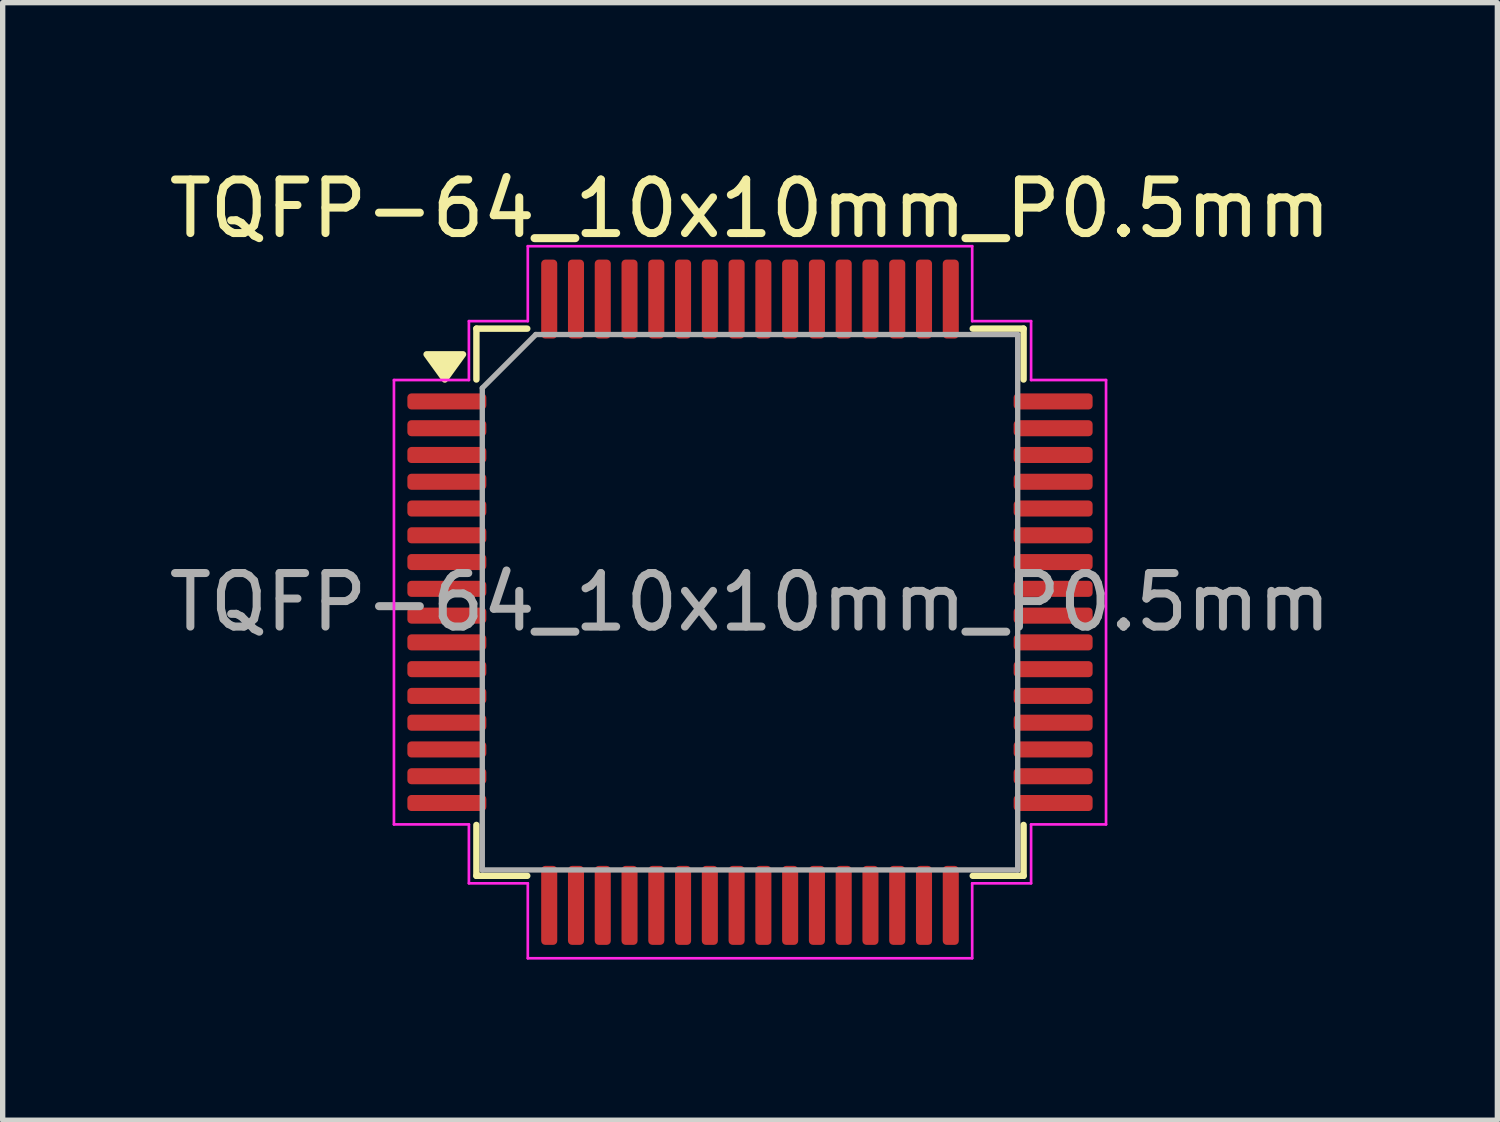
<source format=kicad_pcb>
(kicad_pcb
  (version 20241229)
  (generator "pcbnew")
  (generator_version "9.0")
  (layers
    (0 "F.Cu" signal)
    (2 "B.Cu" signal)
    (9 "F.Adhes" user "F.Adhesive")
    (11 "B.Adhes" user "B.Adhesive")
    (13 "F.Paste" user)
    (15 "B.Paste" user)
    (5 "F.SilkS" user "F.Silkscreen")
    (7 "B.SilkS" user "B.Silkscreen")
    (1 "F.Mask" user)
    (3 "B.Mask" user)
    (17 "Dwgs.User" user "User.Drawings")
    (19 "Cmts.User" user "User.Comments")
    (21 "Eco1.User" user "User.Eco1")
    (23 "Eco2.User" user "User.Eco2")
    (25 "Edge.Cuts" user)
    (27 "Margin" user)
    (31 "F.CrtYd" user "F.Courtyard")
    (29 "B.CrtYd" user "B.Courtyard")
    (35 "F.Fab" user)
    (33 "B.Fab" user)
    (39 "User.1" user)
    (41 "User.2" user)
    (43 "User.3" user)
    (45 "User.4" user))
  (footprint "TQFP-64_10x10mm_P0.5mm"
    (layer "F.Cu")
    (at 10.958 8.198)
    (property "Reference" "TQFP-64_10x10mm_P0.5mm" (at 0 -7.35 0) (layer "F.SilkS") (effects (font (size 1 1) (thickness 0.15))))
    (attr smd)
    (fp_line (start -5.11 -5.11) (end -5.11 -4.16) (stroke (width 0.12) (type solid)) (layer "F.SilkS"))
    (fp_line (start -5.11 5.11) (end -5.11 4.16) (stroke (width 0.12) (type solid)) (layer "F.SilkS"))
    (fp_line (start -4.16 -5.11) (end -5.11 -5.11) (stroke (width 0.12) (type solid)) (layer "F.SilkS"))
    (fp_line (start -4.16 5.11) (end -5.11 5.11) (stroke (width 0.12) (type solid)) (layer "F.SilkS"))
    (fp_line (start 4.16 -5.11) (end 5.11 -5.11) (stroke (width 0.12) (type solid)) (layer "F.SilkS"))
    (fp_line (start 4.16 5.11) (end 5.11 5.11) (stroke (width 0.12) (type solid)) (layer "F.SilkS"))
    (fp_line (start 5.11 -5.11) (end 5.11 -4.16) (stroke (width 0.12) (type solid)) (layer "F.SilkS"))
    (fp_line (start 5.11 5.11) (end 5.11 4.16) (stroke (width 0.12) (type solid)) (layer "F.SilkS"))
    (fp_poly (pts (xy -5.7 -4.16) (xy -6.04 -4.63) (xy -5.36 -4.63)) (stroke (width 0.12) (type solid)) (fill yes) (layer "F.SilkS"))
    (fp_line (start -6.65 -4.15) (end -5.25 -4.15) (stroke (width 0.05) (type solid)) (layer "F.CrtYd"))
    (fp_line (start -6.65 4.15) (end -6.65 -4.15) (stroke (width 0.05) (type solid)) (layer "F.CrtYd"))
    (fp_line (start -5.25 -5.25) (end -4.15 -5.25) (stroke (width 0.05) (type solid)) (layer "F.CrtYd"))
    (fp_line (start -5.25 -4.15) (end -5.25 -5.25) (stroke (width 0.05) (type solid)) (layer "F.CrtYd"))
    (fp_line (start -5.25 4.15) (end -6.65 4.15) (stroke (width 0.05) (type solid)) (layer "F.CrtYd"))
    (fp_line (start -5.25 5.25) (end -5.25 4.15) (stroke (width 0.05) (type solid)) (layer "F.CrtYd"))
    (fp_line (start -4.15 -6.65) (end 4.15 -6.65) (stroke (width 0.05) (type solid)) (layer "F.CrtYd"))
    (fp_line (start -4.15 -5.25) (end -4.15 -6.65) (stroke (width 0.05) (type solid)) (layer "F.CrtYd"))
    (fp_line (start -4.15 5.25) (end -5.25 5.25) (stroke (width 0.05) (type solid)) (layer "F.CrtYd"))
    (fp_line (start -4.15 6.65) (end -4.15 5.25) (stroke (width 0.05) (type solid)) (layer "F.CrtYd"))
    (fp_line (start 4.15 -6.65) (end 4.15 -5.25) (stroke (width 0.05) (type solid)) (layer "F.CrtYd"))
    (fp_line (start 4.15 -5.25) (end 5.25 -5.25) (stroke (width 0.05) (type solid)) (layer "F.CrtYd"))
    (fp_line (start 4.15 5.25) (end 4.15 6.65) (stroke (width 0.05) (type solid)) (layer "F.CrtYd"))
    (fp_line (start 4.15 6.65) (end -4.15 6.65) (stroke (width 0.05) (type solid)) (layer "F.CrtYd"))
    (fp_line (start 5.25 -5.25) (end 5.25 -4.15) (stroke (width 0.05) (type solid)) (layer "F.CrtYd"))
    (fp_line (start 5.25 -4.15) (end 6.65 -4.15) (stroke (width 0.05) (type solid)) (layer "F.CrtYd"))
    (fp_line (start 5.25 4.15) (end 5.25 5.25) (stroke (width 0.05) (type solid)) (layer "F.CrtYd"))
    (fp_line (start 5.25 5.25) (end 4.15 5.25) (stroke (width 0.05) (type solid)) (layer "F.CrtYd"))
    (fp_line (start 6.65 -4.15) (end 6.65 4.15) (stroke (width 0.05) (type solid)) (layer "F.CrtYd"))
    (fp_line (start 6.65 4.15) (end 5.25 4.15) (stroke (width 0.05) (type solid)) (layer "F.CrtYd"))
    (fp_line (start -5 -4) (end -4 -5) (stroke (width 0.1) (type solid)) (layer "F.Fab"))
    (fp_line (start -5 5) (end -5 -4) (stroke (width 0.1) (type solid)) (layer "F.Fab"))
    (fp_line (start -4 -5) (end 5 -5) (stroke (width 0.1) (type solid)) (layer "F.Fab"))
    (fp_line (start 5 -5) (end 5 5) (stroke (width 0.1) (type solid)) (layer "F.Fab"))
    (fp_line (start 5 5) (end -5 5) (stroke (width 0.1) (type solid)) (layer "F.Fab"))
    (fp_text user "${REFERENCE}" (at 0 0 0) (layer "F.Fab") (effects (font (size 1 1) (thickness 0.15))))
    (pad "1" smd roundrect (at -5.662 -3.75) (size 1.475 0.3) (layers "F.Cu" "F.Mask" "F.Paste") (roundrect_rratio 0.25))
    (pad "2" smd roundrect (at -5.662 -3.25) (size 1.475 0.3) (layers "F.Cu" "F.Mask" "F.Paste") (roundrect_rratio 0.25))
    (pad "3" smd roundrect (at -5.662 -2.75) (size 1.475 0.3) (layers "F.Cu" "F.Mask" "F.Paste") (roundrect_rratio 0.25))
    (pad "4" smd roundrect (at -5.662 -2.25) (size 1.475 0.3) (layers "F.Cu" "F.Mask" "F.Paste") (roundrect_rratio 0.25))
    (pad "5" smd roundrect (at -5.662 -1.75) (size 1.475 0.3) (layers "F.Cu" "F.Mask" "F.Paste") (roundrect_rratio 0.25))
    (pad "6" smd roundrect (at -5.662 -1.25) (size 1.475 0.3) (layers "F.Cu" "F.Mask" "F.Paste") (roundrect_rratio 0.25))
    (pad "7" smd roundrect (at -5.662 -0.75) (size 1.475 0.3) (layers "F.Cu" "F.Mask" "F.Paste") (roundrect_rratio 0.25))
    (pad "8" smd roundrect (at -5.662 -0.25) (size 1.475 0.3) (layers "F.Cu" "F.Mask" "F.Paste") (roundrect_rratio 0.25))
    (pad "9" smd roundrect (at -5.662 0.25) (size 1.475 0.3) (layers "F.Cu" "F.Mask" "F.Paste") (roundrect_rratio 0.25))
    (pad "10" smd roundrect (at -5.662 0.75) (size 1.475 0.3) (layers "F.Cu" "F.Mask" "F.Paste") (roundrect_rratio 0.25))
    (pad "11" smd roundrect (at -5.662 1.25) (size 1.475 0.3) (layers "F.Cu" "F.Mask" "F.Paste") (roundrect_rratio 0.25))
    (pad "12" smd roundrect (at -5.662 1.75) (size 1.475 0.3) (layers "F.Cu" "F.Mask" "F.Paste") (roundrect_rratio 0.25))
    (pad "13" smd roundrect (at -5.662 2.25) (size 1.475 0.3) (layers "F.Cu" "F.Mask" "F.Paste") (roundrect_rratio 0.25))
    (pad "14" smd roundrect (at -5.662 2.75) (size 1.475 0.3) (layers "F.Cu" "F.Mask" "F.Paste") (roundrect_rratio 0.25))
    (pad "15" smd roundrect (at -5.662 3.25) (size 1.475 0.3) (layers "F.Cu" "F.Mask" "F.Paste") (roundrect_rratio 0.25))
    (pad "16" smd roundrect (at -5.662 3.75) (size 1.475 0.3) (layers "F.Cu" "F.Mask" "F.Paste") (roundrect_rratio 0.25))
    (pad "17" smd roundrect (at -3.75 5.662) (size 0.3 1.475) (layers "F.Cu" "F.Mask" "F.Paste") (roundrect_rratio 0.25))
    (pad "18" smd roundrect (at -3.25 5.662) (size 0.3 1.475) (layers "F.Cu" "F.Mask" "F.Paste") (roundrect_rratio 0.25))
    (pad "19" smd roundrect (at -2.75 5.662) (size 0.3 1.475) (layers "F.Cu" "F.Mask" "F.Paste") (roundrect_rratio 0.25))
    (pad "20" smd roundrect (at -2.25 5.662) (size 0.3 1.475) (layers "F.Cu" "F.Mask" "F.Paste") (roundrect_rratio 0.25))
    (pad "21" smd roundrect (at -1.75 5.662) (size 0.3 1.475) (layers "F.Cu" "F.Mask" "F.Paste") (roundrect_rratio 0.25))
    (pad "22" smd roundrect (at -1.25 5.662) (size 0.3 1.475) (layers "F.Cu" "F.Mask" "F.Paste") (roundrect_rratio 0.25))
    (pad "23" smd roundrect (at -0.75 5.662) (size 0.3 1.475) (layers "F.Cu" "F.Mask" "F.Paste") (roundrect_rratio 0.25))
    (pad "24" smd roundrect (at -0.25 5.662) (size 0.3 1.475) (layers "F.Cu" "F.Mask" "F.Paste") (roundrect_rratio 0.25))
    (pad "25" smd roundrect (at 0.25 5.662) (size 0.3 1.475) (layers "F.Cu" "F.Mask" "F.Paste") (roundrect_rratio 0.25))
    (pad "26" smd roundrect (at 0.75 5.662) (size 0.3 1.475) (layers "F.Cu" "F.Mask" "F.Paste") (roundrect_rratio 0.25))
    (pad "27" smd roundrect (at 1.25 5.662) (size 0.3 1.475) (layers "F.Cu" "F.Mask" "F.Paste") (roundrect_rratio 0.25))
    (pad "28" smd roundrect (at 1.75 5.662) (size 0.3 1.475) (layers "F.Cu" "F.Mask" "F.Paste") (roundrect_rratio 0.25))
    (pad "29" smd roundrect (at 2.25 5.662) (size 0.3 1.475) (layers "F.Cu" "F.Mask" "F.Paste") (roundrect_rratio 0.25))
    (pad "30" smd roundrect (at 2.75 5.662) (size 0.3 1.475) (layers "F.Cu" "F.Mask" "F.Paste") (roundrect_rratio 0.25))
    (pad "31" smd roundrect (at 3.25 5.662) (size 0.3 1.475) (layers "F.Cu" "F.Mask" "F.Paste") (roundrect_rratio 0.25))
    (pad "32" smd roundrect (at 3.75 5.662) (size 0.3 1.475) (layers "F.Cu" "F.Mask" "F.Paste") (roundrect_rratio 0.25))
    (pad "33" smd roundrect (at 5.662 3.75) (size 1.475 0.3) (layers "F.Cu" "F.Mask" "F.Paste") (roundrect_rratio 0.25))
    (pad "34" smd roundrect (at 5.662 3.25) (size 1.475 0.3) (layers "F.Cu" "F.Mask" "F.Paste") (roundrect_rratio 0.25))
    (pad "35" smd roundrect (at 5.662 2.75) (size 1.475 0.3) (layers "F.Cu" "F.Mask" "F.Paste") (roundrect_rratio 0.25))
    (pad "36" smd roundrect (at 5.662 2.25) (size 1.475 0.3) (layers "F.Cu" "F.Mask" "F.Paste") (roundrect_rratio 0.25))
    (pad "37" smd roundrect (at 5.662 1.75) (size 1.475 0.3) (layers "F.Cu" "F.Mask" "F.Paste") (roundrect_rratio 0.25))
    (pad "38" smd roundrect (at 5.662 1.25) (size 1.475 0.3) (layers "F.Cu" "F.Mask" "F.Paste") (roundrect_rratio 0.25))
    (pad "39" smd roundrect (at 5.662 0.75) (size 1.475 0.3) (layers "F.Cu" "F.Mask" "F.Paste") (roundrect_rratio 0.25))
    (pad "40" smd roundrect (at 5.662 0.25) (size 1.475 0.3) (layers "F.Cu" "F.Mask" "F.Paste") (roundrect_rratio 0.25))
    (pad "41" smd roundrect (at 5.662 -0.25) (size 1.475 0.3) (layers "F.Cu" "F.Mask" "F.Paste") (roundrect_rratio 0.25))
    (pad "42" smd roundrect (at 5.662 -0.75) (size 1.475 0.3) (layers "F.Cu" "F.Mask" "F.Paste") (roundrect_rratio 0.25))
    (pad "43" smd roundrect (at 5.662 -1.25) (size 1.475 0.3) (layers "F.Cu" "F.Mask" "F.Paste") (roundrect_rratio 0.25))
    (pad "44" smd roundrect (at 5.662 -1.75) (size 1.475 0.3) (layers "F.Cu" "F.Mask" "F.Paste") (roundrect_rratio 0.25))
    (pad "45" smd roundrect (at 5.662 -2.25) (size 1.475 0.3) (layers "F.Cu" "F.Mask" "F.Paste") (roundrect_rratio 0.25))
    (pad "46" smd roundrect (at 5.662 -2.75) (size 1.475 0.3) (layers "F.Cu" "F.Mask" "F.Paste") (roundrect_rratio 0.25))
    (pad "47" smd roundrect (at 5.662 -3.25) (size 1.475 0.3) (layers "F.Cu" "F.Mask" "F.Paste") (roundrect_rratio 0.25))
    (pad "48" smd roundrect (at 5.662 -3.75) (size 1.475 0.3) (layers "F.Cu" "F.Mask" "F.Paste") (roundrect_rratio 0.25))
    (pad "49" smd roundrect (at 3.75 -5.662) (size 0.3 1.475) (layers "F.Cu" "F.Mask" "F.Paste") (roundrect_rratio 0.25))
    (pad "50" smd roundrect (at 3.25 -5.662) (size 0.3 1.475) (layers "F.Cu" "F.Mask" "F.Paste") (roundrect_rratio 0.25))
    (pad "51" smd roundrect (at 2.75 -5.662) (size 0.3 1.475) (layers "F.Cu" "F.Mask" "F.Paste") (roundrect_rratio 0.25))
    (pad "52" smd roundrect (at 2.25 -5.662) (size 0.3 1.475) (layers "F.Cu" "F.Mask" "F.Paste") (roundrect_rratio 0.25))
    (pad "53" smd roundrect (at 1.75 -5.662) (size 0.3 1.475) (layers "F.Cu" "F.Mask" "F.Paste") (roundrect_rratio 0.25))
    (pad "54" smd roundrect (at 1.25 -5.662) (size 0.3 1.475) (layers "F.Cu" "F.Mask" "F.Paste") (roundrect_rratio 0.25))
    (pad "55" smd roundrect (at 0.75 -5.662) (size 0.3 1.475) (layers "F.Cu" "F.Mask" "F.Paste") (roundrect_rratio 0.25))
    (pad "56" smd roundrect (at 0.25 -5.662) (size 0.3 1.475) (layers "F.Cu" "F.Mask" "F.Paste") (roundrect_rratio 0.25))
    (pad "57" smd roundrect (at -0.25 -5.662) (size 0.3 1.475) (layers "F.Cu" "F.Mask" "F.Paste") (roundrect_rratio 0.25))
    (pad "58" smd roundrect (at -0.75 -5.662) (size 0.3 1.475) (layers "F.Cu" "F.Mask" "F.Paste") (roundrect_rratio 0.25))
    (pad "59" smd roundrect (at -1.25 -5.662) (size 0.3 1.475) (layers "F.Cu" "F.Mask" "F.Paste") (roundrect_rratio 0.25))
    (pad "60" smd roundrect (at -1.75 -5.662) (size 0.3 1.475) (layers "F.Cu" "F.Mask" "F.Paste") (roundrect_rratio 0.25))
    (pad "61" smd roundrect (at -2.25 -5.662) (size 0.3 1.475) (layers "F.Cu" "F.Mask" "F.Paste") (roundrect_rratio 0.25))
    (pad "62" smd roundrect (at -2.75 -5.662) (size 0.3 1.475) (layers "F.Cu" "F.Mask" "F.Paste") (roundrect_rratio 0.25))
    (pad "63" smd roundrect (at -3.25 -5.662) (size 0.3 1.475) (layers "F.Cu" "F.Mask" "F.Paste") (roundrect_rratio 0.25))
    (pad "64" smd roundrect (at -3.75 -5.662) (size 0.3 1.475) (layers "F.Cu" "F.Mask" "F.Paste") (roundrect_rratio 0.25)))
  (gr_rect
    (start -3 -3)
    (end 24.917 17.873)
    (stroke (width 0.1) (type default))
    (fill no)
    (layer "Edge.Cuts")))
</source>
